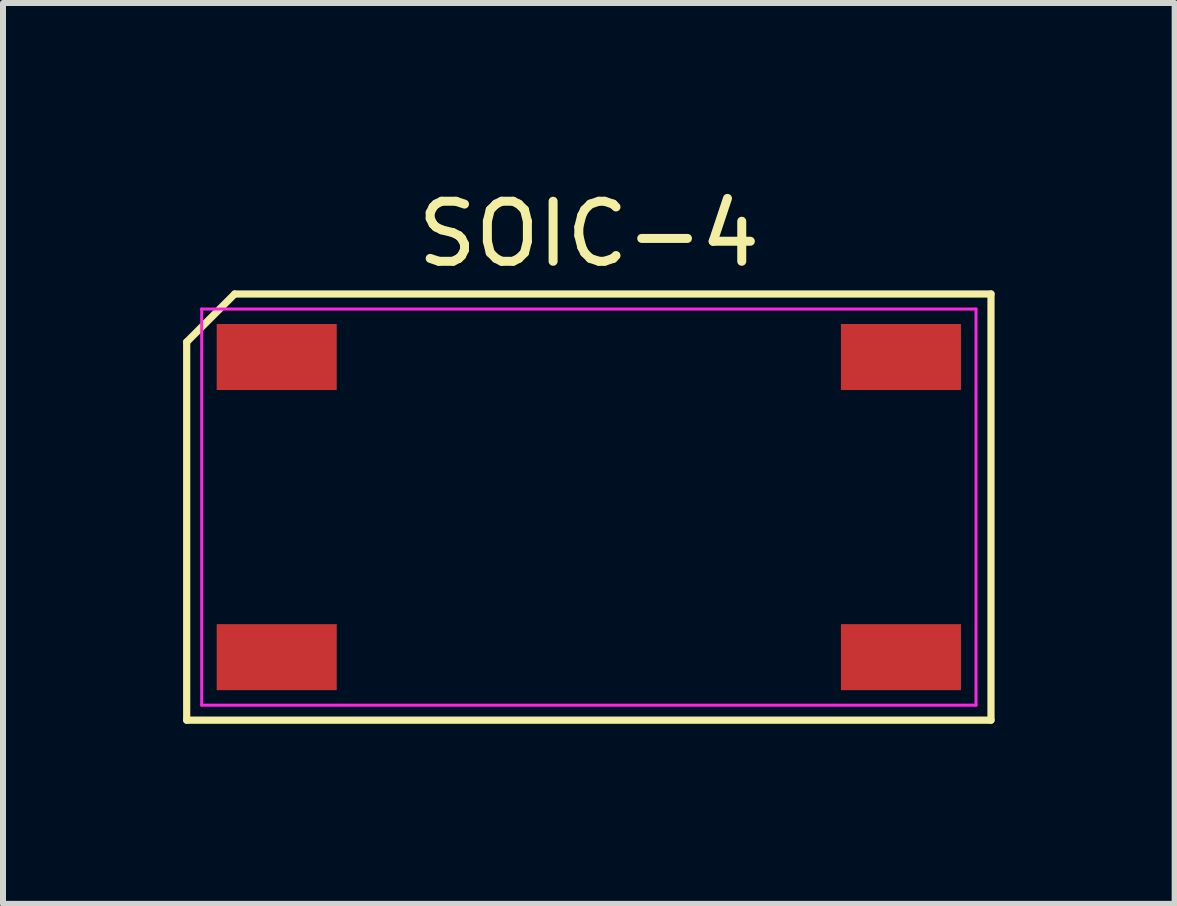
<source format=kicad_pcb>
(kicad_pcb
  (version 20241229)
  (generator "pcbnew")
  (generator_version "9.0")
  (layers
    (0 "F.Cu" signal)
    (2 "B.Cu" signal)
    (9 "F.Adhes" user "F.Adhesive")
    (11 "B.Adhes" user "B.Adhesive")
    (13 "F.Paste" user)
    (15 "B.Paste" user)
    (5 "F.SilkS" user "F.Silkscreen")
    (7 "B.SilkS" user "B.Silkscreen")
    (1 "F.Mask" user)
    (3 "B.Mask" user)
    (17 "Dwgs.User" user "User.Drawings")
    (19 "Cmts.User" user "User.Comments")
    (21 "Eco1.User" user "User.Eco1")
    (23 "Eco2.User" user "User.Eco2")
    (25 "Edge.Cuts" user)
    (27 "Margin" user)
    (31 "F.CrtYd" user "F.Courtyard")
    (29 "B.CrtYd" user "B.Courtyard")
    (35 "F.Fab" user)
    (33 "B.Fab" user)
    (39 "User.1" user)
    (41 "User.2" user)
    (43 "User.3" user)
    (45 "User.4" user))
  (footprint "SOIC-4"
    (layer "F.Cu")
    (at 6.76 5.398)
    (property "Reference" "SOIC-4" (at 0 -4.55 0) (layer "F.SilkS") (effects (font (size 1 1) (thickness 0.15))))
    (attr smd)
    (fp_line (start -6.7 -2.75) (end -5.9 -3.55) (stroke (width 0.12) (type solid)) (layer "F.SilkS"))
    (fp_line (start -6.7 3.55) (end -6.7 -2.75) (stroke (width 0.12) (type solid)) (layer "F.SilkS"))
    (fp_line (start -5.9 -3.55) (end 6.7 -3.55) (stroke (width 0.12) (type solid)) (layer "F.SilkS"))
    (fp_line (start 6.7 -3.55) (end 6.7 3.55) (stroke (width 0.12) (type solid)) (layer "F.SilkS"))
    (fp_line (start 6.7 3.55) (end -6.7 3.55) (stroke (width 0.12) (type solid)) (layer "F.SilkS"))
    (fp_line (start -6.45 -3.3) (end 6.45 -3.3) (stroke (width 0.05) (type solid)) (layer "F.CrtYd"))
    (fp_line (start -6.45 3.3) (end -6.45 -3.3) (stroke (width 0.05) (type solid)) (layer "F.CrtYd"))
    (fp_line (start 6.45 -3.3) (end 6.45 3.3) (stroke (width 0.05) (type solid)) (layer "F.CrtYd"))
    (fp_line (start 6.45 3.3) (end -6.45 3.3) (stroke (width 0.05) (type solid)) (layer "F.CrtYd"))
    (pad "1" smd rect (at -5.2 -2.5 270) (size 1.1 2) (layers "F.Cu" "F.Mask" "F.Paste"))
    (pad "2" smd rect (at -5.2 2.5 270) (size 1.1 2) (layers "F.Cu" "F.Mask" "F.Paste"))
    (pad "3" smd rect (at 5.2 2.5 270) (size 1.1 2) (layers "F.Cu" "F.Mask" "F.Paste"))
    (pad "4" smd rect (at 5.2 -2.5 270) (size 1.1 2) (layers "F.Cu" "F.Mask" "F.Paste")))
  (gr_rect
    (start -3 -3)
    (end 16.52 12.008)
    (stroke (width 0.1) (type default))
    (fill no)
    (layer "Edge.Cuts")))
</source>
